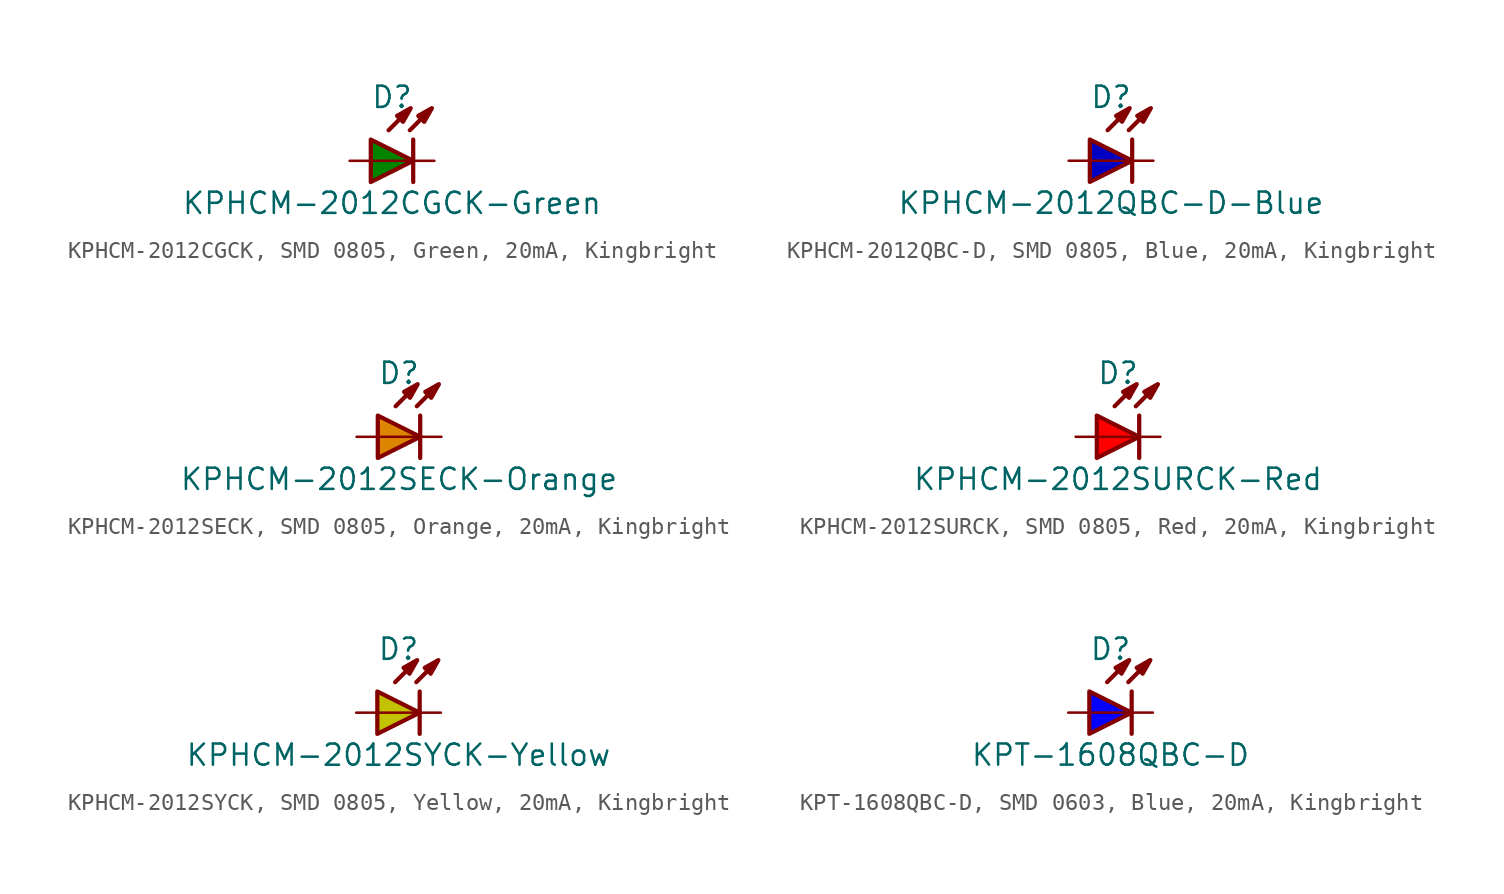
<source format=kicad_sym>
(kicad_symbol_lib
  (version 20241209)
  (generator "kicad_symbol_editor")
  (generator_version "9.0")
  (symbol "KPHCM-2012CGCK, SMD 0805, Green, 20mA, Kingbright"
    (pin_numbers
      (hide yes))
    (pin_names
      (offset 1.016)
      (hide yes))
    (property "Reference" "D"
      (at 0 3.81 0)
      (effects (font (size 1.27 1.27))))
    (property "Value" "KPHCM-2012CGCK-Green"
      (at 0 -2.54 0)
      (effects (font (size 1.27 1.27))))
    (property "Label" ""
      (at 0 0 0)
      (effects (font (size 1.27 1.27) (thickness 0.254) (bold yes))))
    (symbol "KPHCM-2012CGCK, SMD 0805, Green, 20mA, Kingbright_0_0"
      (polyline (pts (xy -0.203 1.829) (xy 1.067 3.099)) (stroke (width 0.254) (type default)) (fill (type none)))
      (polyline (pts (xy 1.067 1.829) (xy 2.337 3.099)) (stroke (width 0.254) (type default)) (fill (type none)))
      (polyline (pts (xy 1.118 3.15) (xy 0.66 2.337) (xy 0.305 2.692) (xy 1.118 3.15)) (stroke (width 0.254) (type default)) (fill (type outline)))
      (polyline (pts (xy 1.27 0) (xy -1.27 0)) (stroke (width 0.152) (type default)) (fill (type none)))
      (polyline (pts (xy 2.388 3.15) (xy 1.93 2.337) (xy 1.575 2.692) (xy 2.388 3.15)) (stroke (width 0.254) (type default)) (fill (type outline))))
    (symbol "KPHCM-2012CGCK, SMD 0805, Green, 20mA, Kingbright_0_1"
      (polyline (pts (xy 1.27 1.27) (xy 1.27 -1.27)) (stroke (width 0.254) (type default)) (fill (type none))))
    (symbol "KPHCM-2012CGCK, SMD 0805, Green, 20mA, Kingbright_1_1"
      (polyline (pts (xy -1.27 1.27) (xy -1.27 -1.27) (xy 1.27 0) (xy -1.27 1.27)) (stroke (width 0.254) (type default)) (fill (type color) (color 0 132 0 1)))
      (pin passive line (at -2.54 0 0) (length 1.27) (name "A" (effects (font (size 1.27 1.27)))) (number "A" (effects (font (size 1.27 1.27)))))
      (pin passive line (at 2.54 0 180) (length 1.27) (name "C" (effects (font (size 1.27 1.27)))) (number "C" (effects (font (size 1.27 1.27)))))))
  (symbol "KPHCM-2012QBC-D, SMD 0805, Blue, 20mA, Kingbright"
    (pin_numbers
      (hide yes))
    (pin_names
      (offset 1.016)
      (hide yes))
    (property "Reference" "D"
      (at 0 3.81 0)
      (effects (font (size 1.27 1.27))))
    (property "Value" "KPHCM-2012QBC-D-Blue"
      (at 0 -2.54 0)
      (effects (font (size 1.27 1.27))))
    (property "Label" ""
      (at 0 0 0)
      (effects (font (size 1.27 1.27) (thickness 0.254) (bold yes))))
    (symbol "KPHCM-2012QBC-D, SMD 0805, Blue, 20mA, Kingbright_0_0"
      (polyline (pts (xy -0.203 1.829) (xy 1.067 3.099)) (stroke (width 0.254) (type default)) (fill (type none)))
      (polyline (pts (xy 1.067 1.829) (xy 2.337 3.099)) (stroke (width 0.254) (type default)) (fill (type none)))
      (polyline (pts (xy 1.118 3.15) (xy 0.66 2.337) (xy 0.305 2.692) (xy 1.118 3.15)) (stroke (width 0.254) (type default)) (fill (type outline)))
      (polyline (pts (xy 1.27 0) (xy -1.27 0)) (stroke (width 0.152) (type default)) (fill (type none)))
      (polyline (pts (xy 2.388 3.15) (xy 1.93 2.337) (xy 1.575 2.692) (xy 2.388 3.15)) (stroke (width 0.254) (type default)) (fill (type outline))))
    (symbol "KPHCM-2012QBC-D, SMD 0805, Blue, 20mA, Kingbright_0_1"
      (polyline (pts (xy 1.27 1.27) (xy 1.27 -1.27)) (stroke (width 0.254) (type default)) (fill (type none))))
    (symbol "KPHCM-2012QBC-D, SMD 0805, Blue, 20mA, Kingbright_1_1"
      (polyline (pts (xy -1.27 1.27) (xy -1.27 -1.27) (xy 1.27 0) (xy -1.27 1.27)) (stroke (width 0.254) (type default)) (fill (type color) (color 0 0 194 1)))
      (pin passive line (at -2.54 0 0) (length 1.27) (name "A" (effects (font (size 1.27 1.27)))) (number "A" (effects (font (size 1.27 1.27)))))
      (pin passive line (at 2.54 0 180) (length 1.27) (name "C" (effects (font (size 1.27 1.27)))) (number "C" (effects (font (size 1.27 1.27)))))))
  (symbol "KPHCM-2012SECK, SMD 0805, Orange, 20mA, Kingbright"
    (pin_numbers
      (hide yes))
    (pin_names
      (offset 1.016)
      (hide yes))
    (property "Reference" "D"
      (at 0 3.81 0)
      (effects (font (size 1.27 1.27))))
    (property "Value" "KPHCM-2012SECK-Orange"
      (at 0 -2.54 0)
      (effects (font (size 1.27 1.27))))
    (property "Label" ""
      (at 0 0 0)
      (effects (font (size 1.27 1.27) (thickness 0.254) (bold yes))))
    (symbol "KPHCM-2012SECK, SMD 0805, Orange, 20mA, Kingbright_0_0"
      (polyline (pts (xy -0.203 1.829) (xy 1.067 3.099)) (stroke (width 0.254) (type default)) (fill (type none)))
      (polyline (pts (xy 1.067 1.829) (xy 2.337 3.099)) (stroke (width 0.254) (type default)) (fill (type none)))
      (polyline (pts (xy 1.118 3.15) (xy 0.66 2.337) (xy 0.305 2.692) (xy 1.118 3.15)) (stroke (width 0.254) (type default)) (fill (type outline)))
      (polyline (pts (xy 1.27 0) (xy -1.27 0)) (stroke (width 0.152) (type default)) (fill (type none)))
      (polyline (pts (xy 2.388 3.15) (xy 1.93 2.337) (xy 1.575 2.692) (xy 2.388 3.15)) (stroke (width 0.254) (type default)) (fill (type outline))))
    (symbol "KPHCM-2012SECK, SMD 0805, Orange, 20mA, Kingbright_0_1"
      (polyline (pts (xy 1.27 1.27) (xy 1.27 -1.27)) (stroke (width 0.254) (type default)) (fill (type none))))
    (symbol "KPHCM-2012SECK, SMD 0805, Orange, 20mA, Kingbright_1_1"
      (polyline (pts (xy -1.27 1.27) (xy -1.27 -1.27) (xy 1.27 0) (xy -1.27 1.27)) (stroke (width 0.254) (type default)) (fill (type color) (color 221 133 0 1)))
      (pin passive line (at -2.54 0 0) (length 1.27) (name "A" (effects (font (size 1.27 1.27)))) (number "A" (effects (font (size 1.27 1.27)))))
      (pin passive line (at 2.54 0 180) (length 1.27) (name "C" (effects (font (size 1.27 1.27)))) (number "C" (effects (font (size 1.27 1.27)))))))
  (symbol "KPHCM-2012SURCK, SMD 0805, Red, 20mA, Kingbright"
    (pin_numbers
      (hide yes))
    (pin_names
      (offset 1.016)
      (hide yes))
    (property "Reference" "D"
      (at 0 3.81 0)
      (effects (font (size 1.27 1.27))))
    (property "Value" "KPHCM-2012SURCK-Red"
      (at 0 -2.54 0)
      (effects (font (size 1.27 1.27))))
    (property "Label" ""
      (at 0 0 0)
      (effects (font (size 1.27 1.27) (thickness 0.254) (bold yes))))
    (symbol "KPHCM-2012SURCK, SMD 0805, Red, 20mA, Kingbright_0_0"
      (polyline (pts (xy -0.203 1.829) (xy 1.067 3.099)) (stroke (width 0.254) (type default)) (fill (type none)))
      (polyline (pts (xy 1.067 1.829) (xy 2.337 3.099)) (stroke (width 0.254) (type default)) (fill (type none)))
      (polyline (pts (xy 1.118 3.15) (xy 0.66 2.337) (xy 0.305 2.692) (xy 1.118 3.15)) (stroke (width 0.254) (type default)) (fill (type outline)))
      (polyline (pts (xy 1.27 0) (xy -1.27 0)) (stroke (width 0.152) (type default)) (fill (type none)))
      (polyline (pts (xy 2.388 3.15) (xy 1.93 2.337) (xy 1.575 2.692) (xy 2.388 3.15)) (stroke (width 0.254) (type default)) (fill (type outline))))
    (symbol "KPHCM-2012SURCK, SMD 0805, Red, 20mA, Kingbright_0_1"
      (polyline (pts (xy -1.27 1.27) (xy -1.27 -1.27) (xy 1.27 0) (xy -1.27 1.27)) (stroke (width 0.254) (type default)) (fill (type color) (color 255 0 0 1)))
      (polyline (pts (xy 1.27 1.27) (xy 1.27 -1.27)) (stroke (width 0.254) (type default)) (fill (type none))))
    (symbol "KPHCM-2012SURCK, SMD 0805, Red, 20mA, Kingbright_1_1"
      (pin passive line (at -2.54 0 0) (length 1.27) (name "A" (effects (font (size 1.27 1.27)))) (number "A" (effects (font (size 1.27 1.27)))))
      (pin passive line (at 2.54 0 180) (length 1.27) (name "C" (effects (font (size 1.27 1.27)))) (number "C" (effects (font (size 1.27 1.27)))))))
  (symbol "KPHCM-2012SYCK, SMD 0805, Yellow, 20mA, Kingbright"
    (pin_numbers
      (hide yes))
    (pin_names
      (offset 1.016)
      (hide yes))
    (property "Reference" "D"
      (at 0 3.81 0)
      (effects (font (size 1.27 1.27))))
    (property "Value" "KPHCM-2012SYCK-Yellow"
      (at 0 -2.54 0)
      (effects (font (size 1.27 1.27))))
    (property "Label" ""
      (at 0 0 0)
      (effects (font (size 1.27 1.27) (thickness 0.254) (bold yes))))
    (symbol "KPHCM-2012SYCK, SMD 0805, Yellow, 20mA, Kingbright_0_0"
      (polyline (pts (xy -0.203 1.829) (xy 1.067 3.099)) (stroke (width 0.254) (type default)) (fill (type none)))
      (polyline (pts (xy 1.067 1.829) (xy 2.337 3.099)) (stroke (width 0.254) (type default)) (fill (type none)))
      (polyline (pts (xy 1.118 3.15) (xy 0.66 2.337) (xy 0.305 2.692) (xy 1.118 3.15)) (stroke (width 0.254) (type default)) (fill (type outline)))
      (polyline (pts (xy 1.27 0) (xy -1.27 0)) (stroke (width 0.152) (type default)) (fill (type none)))
      (polyline (pts (xy 2.388 3.15) (xy 1.93 2.337) (xy 1.575 2.692) (xy 2.388 3.15)) (stroke (width 0.254) (type default)) (fill (type outline))))
    (symbol "KPHCM-2012SYCK, SMD 0805, Yellow, 20mA, Kingbright_0_1"
      (polyline (pts (xy 1.27 1.27) (xy 1.27 -1.27)) (stroke (width 0.254) (type default)) (fill (type none))))
    (symbol "KPHCM-2012SYCK, SMD 0805, Yellow, 20mA, Kingbright_1_1"
      (polyline (pts (xy -1.27 1.27) (xy -1.27 -1.27) (xy 1.27 0) (xy -1.27 1.27)) (stroke (width 0.254) (type default)) (fill (type color) (color 194 194 0 1)))
      (pin passive line (at -2.54 0 0) (length 1.27) (name "A" (effects (font (size 1.27 1.27)))) (number "A" (effects (font (size 1.27 1.27)))))
      (pin passive line (at 2.54 0 180) (length 1.27) (name "C" (effects (font (size 1.27 1.27)))) (number "C" (effects (font (size 1.27 1.27)))))))
  (symbol "KPT-1608QBC-D, SMD 0603, Blue, 20mA, Kingbright"
    (pin_numbers
      (hide yes))
    (pin_names
      (offset 1.016)
      (hide yes))
    (property "Reference" "D"
      (at 0 3.81 0)
      (effects (font (size 1.27 1.27))))
    (property "Value" "KPT-1608QBC-D"
      (at 0 -2.54 0)
      (effects (font (size 1.27 1.27))))
    (property "Label" ""
      (at 0 0 0)
      (effects (font (size 1.27 1.27) (thickness 0.254) (bold yes))))
    (symbol "KPT-1608QBC-D, SMD 0603, Blue, 20mA, Kingbright_0_0"
      (polyline (pts (xy -0.203 1.829) (xy 1.067 3.099)) (stroke (width 0.254) (type default)) (fill (type none)))
      (polyline (pts (xy 1.067 1.829) (xy 2.337 3.099)) (stroke (width 0.254) (type default)) (fill (type none)))
      (polyline (pts (xy 1.118 3.15) (xy 0.66 2.337) (xy 0.305 2.692) (xy 1.118 3.15)) (stroke (width 0.254) (type default)) (fill (type outline)))
      (polyline (pts (xy 1.27 0) (xy -1.27 0)) (stroke (width 0.152) (type default)) (fill (type none)))
      (polyline (pts (xy 2.388 3.15) (xy 1.93 2.337) (xy 1.575 2.692) (xy 2.388 3.15)) (stroke (width 0.254) (type default)) (fill (type outline))))
    (symbol "KPT-1608QBC-D, SMD 0603, Blue, 20mA, Kingbright_0_1"
      (polyline (pts (xy 1.27 1.27) (xy 1.27 -1.27)) (stroke (width 0.254) (type default)) (fill (type none))))
    (symbol "KPT-1608QBC-D, SMD 0603, Blue, 20mA, Kingbright_1_1"
      (polyline (pts (xy -1.27 1.27) (xy -1.27 -1.27) (xy 1.27 0) (xy -1.27 1.27)) (stroke (width 0.254) (type default)) (fill (type color) (color 0 0 255 1)))
      (pin passive line (at -2.54 0 0) (length 1.27) (name "A" (effects (font (size 1.27 1.27)))) (number "A" (effects (font (size 1.27 1.27)))))
      (pin passive line (at 2.54 0 180) (length 1.27) (name "C" (effects (font (size 1.27 1.27)))) (number "C" (effects (font (size 1.27 1.27))))))))
</source>
